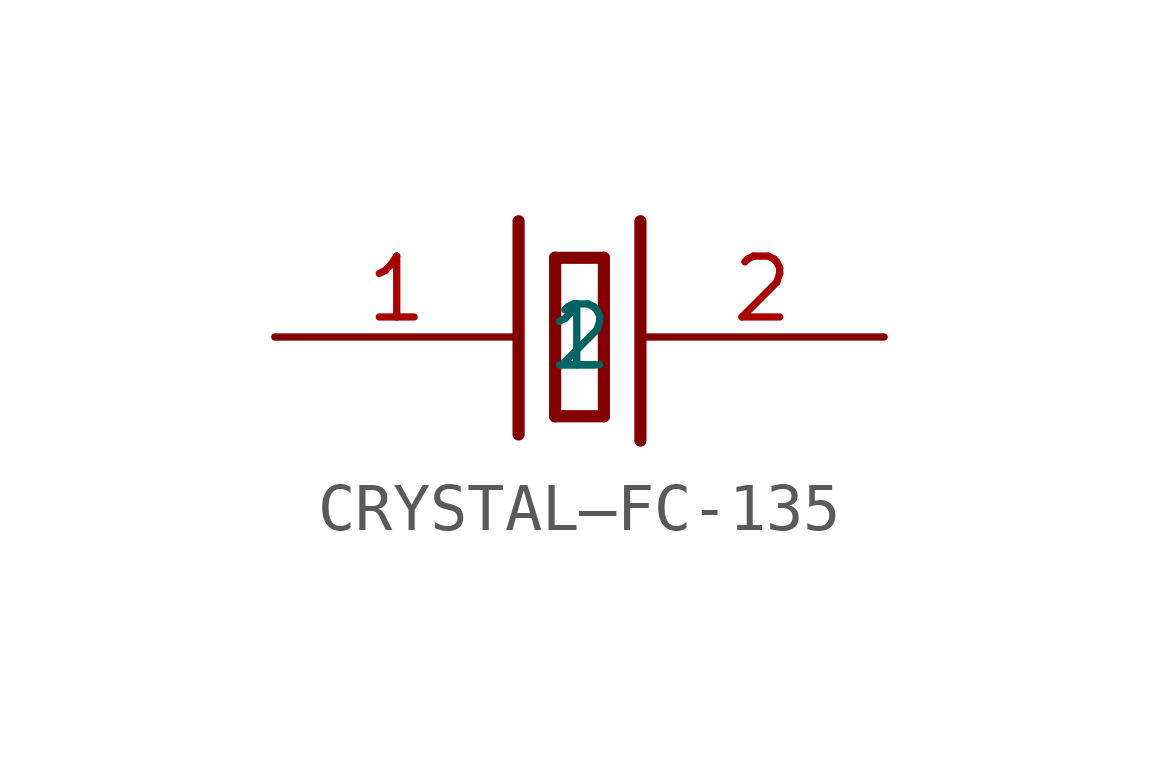
<source format=kicad_sym>
(kicad_symbol_lib
  (version 20211014)
  (generator kicad_symbol_editor)
  (symbol "CRYSTAL—FC-135"
    (property "Reference" ""
      (at 0 0 0)
      (effects (font (size 1.27 1.27)) hide))
    (property "ki_locked" ""
      (at 0 0 0)
      (effects (font (size 1.27 1.27))))
    (symbol "CRYSTAL—FC-135_1_0"
      (polyline (pts (xy -1.27 2.413) (xy -1.27 -2.032)) (stroke (width 0.254) (type default) (color 0 0 0 0)) (fill (type none)))
      (polyline (pts (xy -0.508 -1.651) (xy -0.508 1.651)) (stroke (width 0.254) (type default) (color 0 0 0 0)) (fill (type none)))
      (polyline (pts (xy -0.508 1.651) (xy 0.508 1.651)) (stroke (width 0.254) (type default) (color 0 0 0 0)) (fill (type none)))
      (polyline (pts (xy 0.508 -1.651) (xy -0.508 -1.651)) (stroke (width 0.254) (type default) (color 0 0 0 0)) (fill (type none)))
      (polyline (pts (xy 0.508 1.651) (xy 0.508 -1.651)) (stroke (width 0.254) (type default) (color 0 0 0 0)) (fill (type none)))
      (polyline (pts (xy 1.27 2.413) (xy 1.27 -2.159)) (stroke (width 0.254) (type default) (color 0 0 0 0)) (fill (type none)))
      (pin bidirectional line (at -6.35 0 0) (length 5.08) (name "1" (effects (font (size 1.27 1.27)))) (number "1" (effects (font (size 1.27 1.27)))))
      (pin bidirectional line (at 6.35 0 180) (length 5.08) (name "2" (effects (font (size 1.27 1.27)))) (number "2" (effects (font (size 1.27 1.27))))))))
</source>
